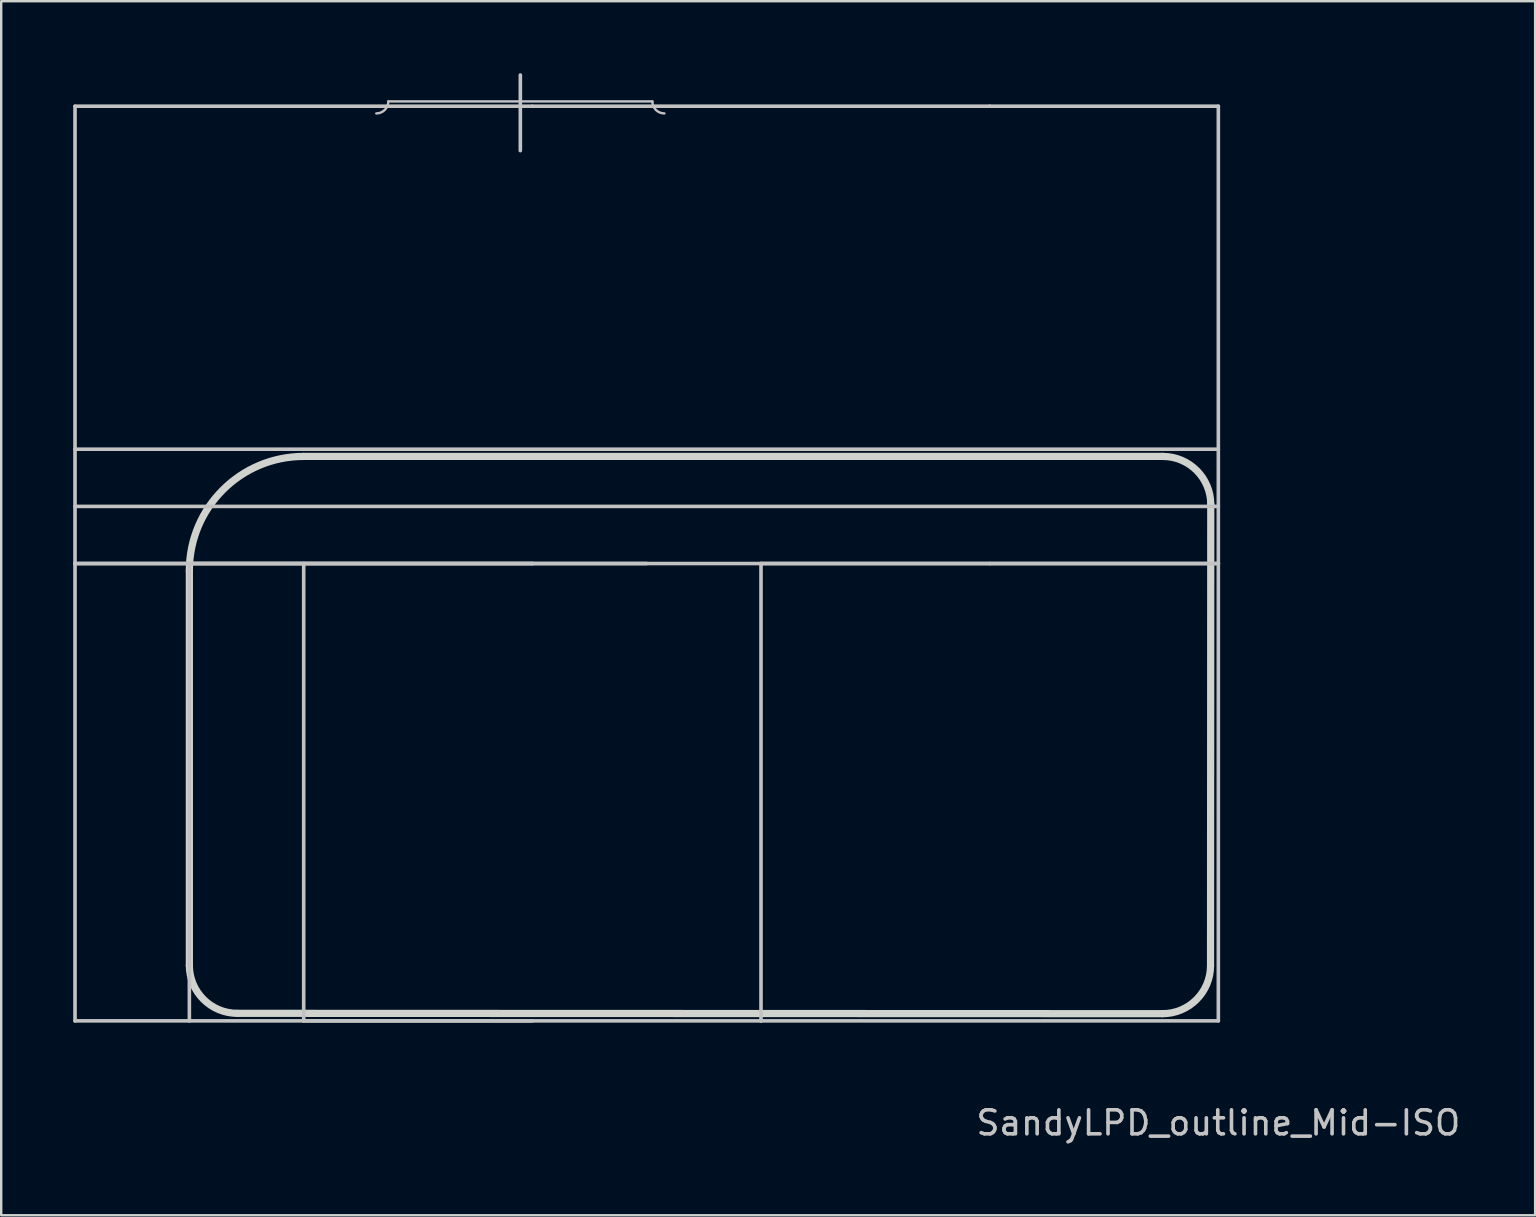
<source format=kicad_pcb>
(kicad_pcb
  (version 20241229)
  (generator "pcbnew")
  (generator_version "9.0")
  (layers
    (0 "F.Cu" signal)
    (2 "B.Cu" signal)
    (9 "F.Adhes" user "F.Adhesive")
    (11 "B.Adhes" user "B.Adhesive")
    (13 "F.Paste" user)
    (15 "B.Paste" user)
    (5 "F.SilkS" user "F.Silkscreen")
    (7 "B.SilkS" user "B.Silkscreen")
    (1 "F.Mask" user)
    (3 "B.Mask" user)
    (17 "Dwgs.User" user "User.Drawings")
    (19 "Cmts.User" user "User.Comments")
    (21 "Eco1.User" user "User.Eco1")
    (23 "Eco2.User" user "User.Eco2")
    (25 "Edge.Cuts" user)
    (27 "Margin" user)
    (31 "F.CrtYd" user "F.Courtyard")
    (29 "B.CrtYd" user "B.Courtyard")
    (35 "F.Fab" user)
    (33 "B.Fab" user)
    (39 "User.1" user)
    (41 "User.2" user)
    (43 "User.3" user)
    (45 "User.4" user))
  (footprint "SandyLPD_outline_Mid-ISO"
    (layer "F.Cu")
    (at 47.7 39.475)
    (property "Reference" "SandyLPD_outline_Mid-ISO" (at 0 4.25 0) (layer "Dwgs.User") (effects (font (size 1 1) (thickness 0.15))))
    (attr through_hole)
    (fp_line (start -47.625 -38.1) (end -28.575 -38.1) (stroke (width 0.15) (type solid)) (layer "Dwgs.User"))
    (fp_line (start -47.625 -19.05) (end -47.625 -38.1) (stroke (width 0.15) (type solid)) (layer "Dwgs.User"))
    (fp_line (start -47.625 -19.05) (end -47.625 0) (stroke (width 0.15) (type solid)) (layer "Dwgs.User"))
    (fp_line (start -42.862 -19.05) (end -23.812 -19.05) (stroke (width 0.15) (type solid)) (layer "Dwgs.User"))
    (fp_line (start -42.862 0) (end -42.862 -19.05) (stroke (width 0.15) (type solid)) (layer "Dwgs.User"))
    (fp_line (start -38.1 0) (end -38.1 -19.05) (stroke (width 0.15) (type solid)) (layer "Dwgs.User"))
    (fp_line (start -34.575 -38.3) (end -23.575 -38.3) (stroke (width 0.1) (type solid)) (layer "Dwgs.User"))
    (fp_line (start -29.075 -39.4) (end -29.075 -36.25) (stroke (width 0.15) (type solid)) (layer "Dwgs.User"))
    (fp_line (start -28.575 -38.1) (end -9.525 -38.1) (stroke (width 0.15) (type solid)) (layer "Dwgs.User"))
    (fp_line (start -28.575 -19.05) (end -47.625 -19.05) (stroke (width 0.15) (type solid)) (layer "Dwgs.User"))
    (fp_line (start -28.575 -19.05) (end -47.625 -19.05) (stroke (width 0.15) (type solid)) (layer "Dwgs.User"))
    (fp_line (start -28.575 0) (end -47.625 0) (stroke (width 0.15) (type solid)) (layer "Dwgs.User"))
    (fp_line (start -19.05 -19.05) (end 0 -19.05) (stroke (width 0.15) (type solid)) (layer "Dwgs.User"))
    (fp_line (start -19.05 0) (end -38.1 0) (stroke (width 0.15) (type solid)) (layer "Dwgs.User"))
    (fp_line (start -19.05 0) (end -19.05 -19.05) (stroke (width 0.15) (type solid)) (layer "Dwgs.User"))
    (fp_line (start -9.525 -38.1) (end 0 -38.1) (stroke (width 0.15) (type solid)) (layer "Dwgs.User"))
    (fp_line (start -9.525 -19.05) (end -28.575 -19.05) (stroke (width 0.15) (type solid)) (layer "Dwgs.User"))
    (fp_line (start 0 -38.1) (end 0 -19.05) (stroke (width 0.15) (type solid)) (layer "Dwgs.User"))
    (fp_line (start 0 -23.813) (end -47.625 -23.813) (stroke (width 0.15) (type solid)) (layer "Dwgs.User"))
    (fp_line (start 0 -21.431) (end -47.625 -21.431) (stroke (width 0.15) (type solid)) (layer "Dwgs.User"))
    (fp_line (start 0 -19.05) (end -9.525 -19.05) (stroke (width 0.15) (type solid)) (layer "Dwgs.User"))
    (fp_line (start 0 -19.05) (end 0 0) (stroke (width 0.15) (type solid)) (layer "Dwgs.User"))
    (fp_line (start 0 0) (end -19.05 0) (stroke (width 0.15) (type solid)) (layer "Dwgs.User"))
    (fp_arc (start -34.575 -38.30004) (mid -34.721447 -37.946487) (end -35.075 -37.80004) (stroke (width 0.1) (type solid)) (layer "Dwgs.User"))
    (fp_arc (start -23.075 -37.80004) (mid -23.428553 -37.946487) (end -23.575 -38.30004) (stroke (width 0.1) (type solid)) (layer "Dwgs.User"))
    (fp_line (start -42.862 -2.314) (end -42.862 -18.75) (stroke (width 0.3) (type solid)) (layer "Edge.Cuts"))
    (fp_line (start -40.862 -0.314) (end -2.325 -0.3) (stroke (width 0.3) (type solid)) (layer "Edge.Cuts"))
    (fp_line (start -38.1 -23.513) (end -2.315 -23.513) (stroke (width 0.3) (type solid)) (layer "Edge.Cuts"))
    (fp_line (start -0.325 -2.3) (end -0.315 -21.513) (stroke (width 0.3) (type solid)) (layer "Edge.Cuts"))
    (fp_arc (start -42.8625 -18.750042) (mid -41.467596 -22.117638) (end -38.1 -23.512542) (stroke (width 0.3) (type default)) (layer "Edge.Cuts"))
    (fp_arc (start -40.8625 -0.314214) (mid -42.276714 -0.9) (end -42.8625 -2.314214) (stroke (width 0.3) (type solid)) (layer "Edge.Cuts"))
    (fp_arc (start -2.315 -23.512542) (mid -0.900774 -22.926768) (end -0.315 -21.512542) (stroke (width 0.3) (type solid)) (layer "Edge.Cuts"))
    (fp_arc (start -0.325 -2.3) (mid -0.910786 -0.885786) (end -2.325 -0.3) (stroke (width 0.3) (type solid)) (layer "Edge.Cuts")))
  (gr_rect
    (start -3 -3)
    (end 60.896 47.573)
    (stroke (width 0.1) (type default))
    (fill no)
    (layer "Edge.Cuts")))
</source>
